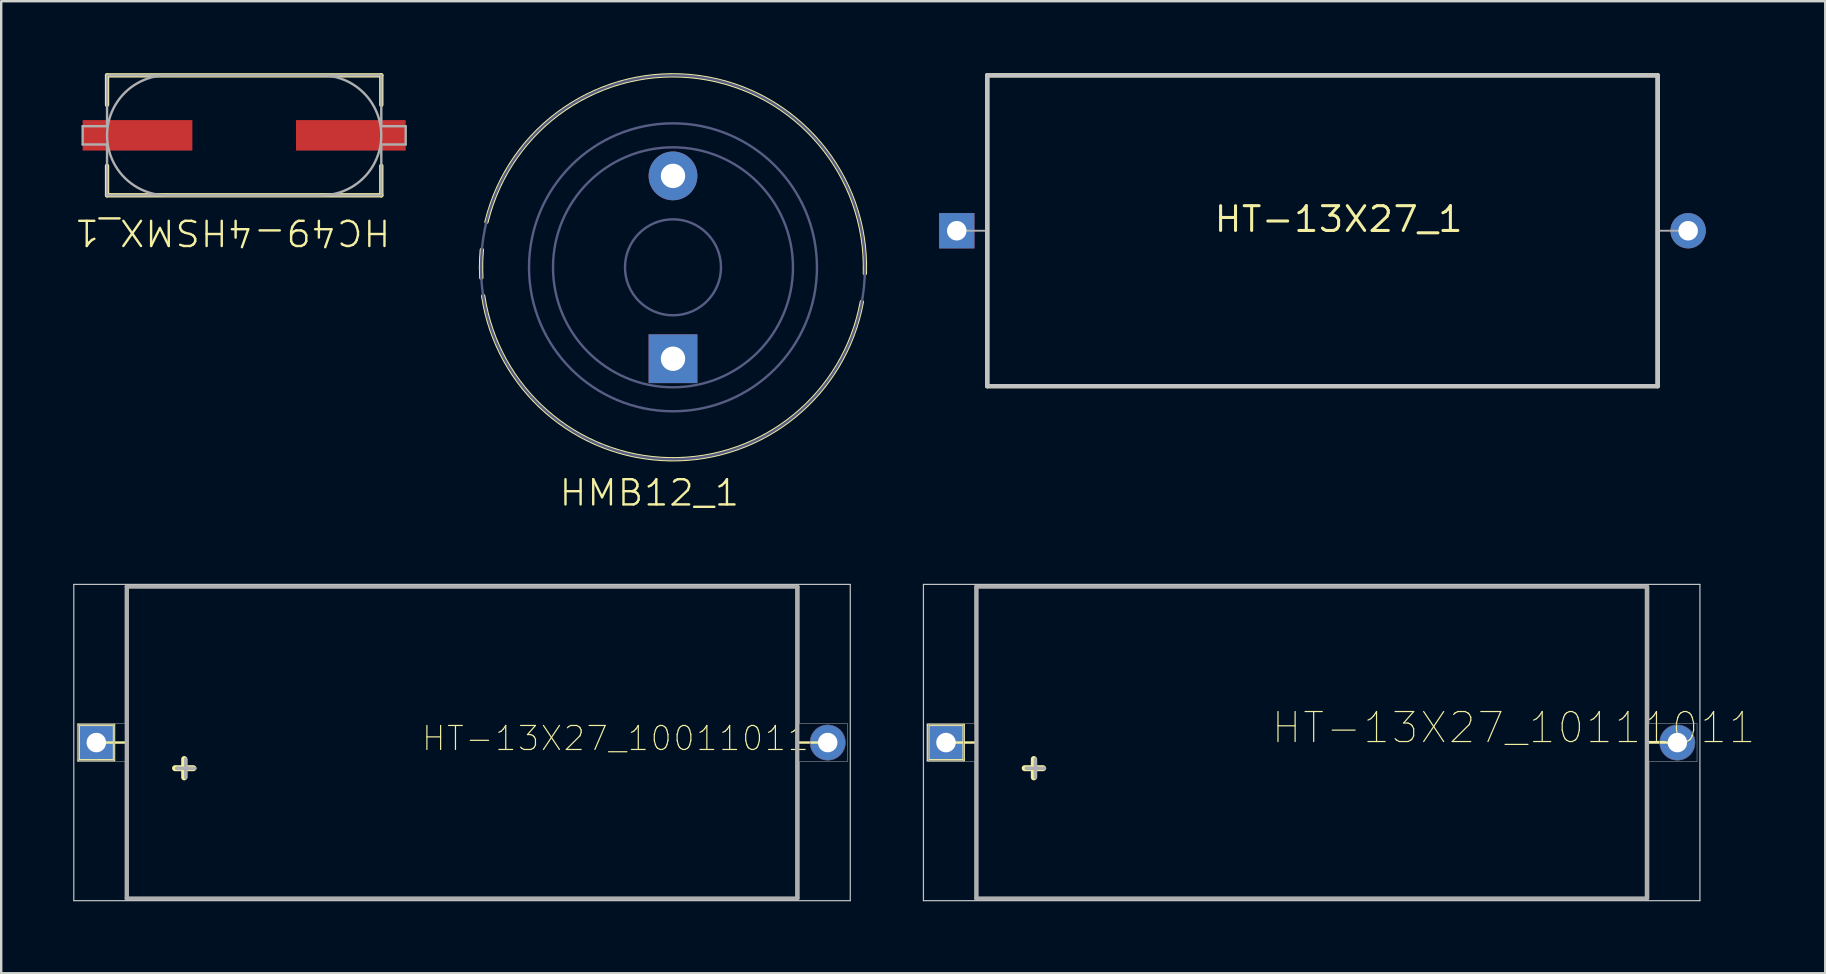
<source format=kicad_pcb>
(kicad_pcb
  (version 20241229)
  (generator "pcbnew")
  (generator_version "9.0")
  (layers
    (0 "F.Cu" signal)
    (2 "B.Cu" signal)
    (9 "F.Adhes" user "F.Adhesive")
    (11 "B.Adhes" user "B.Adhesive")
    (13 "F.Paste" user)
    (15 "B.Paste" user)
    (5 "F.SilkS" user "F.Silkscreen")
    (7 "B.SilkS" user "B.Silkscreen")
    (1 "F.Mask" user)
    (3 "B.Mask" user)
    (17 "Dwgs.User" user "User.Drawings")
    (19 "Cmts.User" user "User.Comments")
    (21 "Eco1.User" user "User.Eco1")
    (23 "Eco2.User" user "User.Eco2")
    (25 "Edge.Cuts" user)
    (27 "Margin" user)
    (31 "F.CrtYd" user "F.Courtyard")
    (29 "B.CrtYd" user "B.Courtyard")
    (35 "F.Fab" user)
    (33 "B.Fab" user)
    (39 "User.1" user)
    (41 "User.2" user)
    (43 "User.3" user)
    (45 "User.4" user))
  (footprint "HT-13X27_10011011"
    (placed yes)
    (layer "F.Cu")
    (at 0.965 27.896)
    (property "Reference" "HT-13X27_10011011" (at 13.505 0.412 0) (layer "F.SilkS") (effects (font (size 1 1) (thickness 0.05)) (justify left bottom)))
    (attr through_hole)
    (fp_line (start -0.737 -0.737) (end -0.737 0.737) (stroke (width 0.1) (type solid)) (layer "F.SilkS"))
    (fp_line (start -0.737 0.737) (end 0.737 0.737) (stroke (width 0.1) (type solid)) (layer "F.SilkS"))
    (fp_line (start 0.737 -0.737) (end -0.737 -0.737) (stroke (width 0.1) (type solid)) (layer "F.SilkS"))
    (fp_line (start 0.737 0.737) (end 0.737 -0.737) (stroke (width 0.1) (type solid)) (layer "F.SilkS"))
    (fp_line (start 1.27 -6.5) (end 1.27 6.5) (stroke (width 0.1) (type solid)) (layer "F.SilkS"))
    (fp_line (start 1.27 0) (end 0 0) (stroke (width 0.1) (type solid)) (layer "F.SilkS"))
    (fp_line (start 1.27 6.5) (end 29.21 6.5) (stroke (width 0.1) (type solid)) (layer "F.SilkS"))
    (fp_line (start 29.21 -6.5) (end 1.27 -6.5) (stroke (width 0.1) (type solid)) (layer "F.SilkS"))
    (fp_line (start 29.21 6.5) (end 29.21 -6.5) (stroke (width 0.1) (type solid)) (layer "F.SilkS"))
    (fp_line (start 30.48 0) (end 29.21 0) (stroke (width 0.1) (type solid)) (layer "F.SilkS"))
    (fp_line (start -0.94 -6.59) (end 31.42 -6.59) (stroke (width 0.05) (type solid)) (layer "Dwgs.User"))
    (fp_line (start -0.94 6.59) (end -0.94 -6.59) (stroke (width 0.05) (type solid)) (layer "Dwgs.User"))
    (fp_line (start 31.42 -6.59) (end 31.42 6.59) (stroke (width 0.05) (type solid)) (layer "Dwgs.User"))
    (fp_line (start 31.42 6.59) (end -0.94 6.59) (stroke (width 0.05) (type solid)) (layer "Dwgs.User"))
    (fp_arc (start 31.2166 0) (mid 29.7434 0) (end 31.2166 0) (stroke (width 0.02) (type solid)) (layer "B.Fab"))
    (fp_poly (pts (xy 0.737 -0.737) (xy 0.737 0.737) (xy -0.737 0.737) (xy -0.737 -0.737)) (stroke (width 0.02) (type solid)) (fill no) (layer "B.Fab"))
    (fp_line (start 1.27 -6.5) (end 1.27 6.5) (stroke (width 0.18) (type solid)) (layer "F.Fab"))
    (fp_line (start 1.27 6.5) (end 29.21 6.5) (stroke (width 0.18) (type solid)) (layer "F.Fab"))
    (fp_line (start 29.21 -6.5) (end 1.27 -6.5) (stroke (width 0.18) (type solid)) (layer "F.Fab"))
    (fp_line (start 29.21 6.5) (end 29.21 -6.5) (stroke (width 0.18) (type solid)) (layer "F.Fab"))
    (fp_poly (pts (xy -0.8 0.8) (xy -0.8 -0.8) (xy 1.2 -0.8) (xy 1.2 -6.5) (xy 29.3 -6.5) (xy 29.3 -0.8) (xy 31.3 -0.8) (xy 31.3 0.8) (xy 29.3 0.8) (xy 29.3 6.5) (xy 1.2 6.5) (xy 1.2 0.8)) (stroke (width 0.02) (type solid)) (fill no) (layer "F.Fab"))
    (fp_text user "+" (at 4.445 1 0) (layer "F.SilkS") (effects (font (size 1 1) (thickness 0.254)) (justify right)))
    (fp_text user "+" (at 4.445 1 0) (layer "F.Fab") (effects (font (size 1 1) (thickness 0.15)) (justify right)))
    (pad "+" thru_hole rect (at 0 0) (size 1.473 1.473) (drill 0.813) (layers "*.Cu" "*.Mask"))
    (pad "-" thru_hole circle (at 30.48 0) (size 1.473 1.473) (drill 0.813) (layers "*.Cu" "*.Mask")))
  (footprint "HMB12_1"
    (layer "F.Cu")
    (at 24.997 8.09)
    (property "Reference" "HMB12_1" (at -0.985 9.401 0) (unlocked yes) (layer "F.SilkS") (effects (font (size 1.05 1.104) (thickness 0.1))))
    (attr smd)
    (fp_arc (start -8 0) (mid -7.991765 -0.362904) (end -7.967075 -0.725061) (stroke (width 0.18) (type solid)) (layer "F.SilkS"))
    (fp_arc (start -7.988293 0.432631) (mid -7.997072 0.216395) (end -8 0) (stroke (width 0.18) (type solid)) (layer "F.SilkS"))
    (fp_arc (start -7.772393 -1.894705) (mid 1.078807 -7.926927) (end 7.996052 0.251286) (stroke (width 0.18) (type solid)) (layer "F.SilkS"))
    (fp_arc (start 7.868562 1.444153) (mid -0.125668 7.999013) (end -7.910061 1.196283) (stroke (width 0.18) (type solid)) (layer "F.SilkS"))
    (fp_arc (start -8 0) (mid 8 0) (end -8 0) (stroke (width 0.1) (type solid)) (layer "B.Fab"))
    (fp_arc (start -6 0) (mid 6 0) (end -6 0) (stroke (width 0.1) (type solid)) (layer "B.Fab"))
    (fp_arc (start -5 0) (mid 5 0) (end -5 0) (stroke (width 0.1) (type solid)) (layer "B.Fab"))
    (fp_arc (start -2 0) (mid 2 0) (end -2 0) (stroke (width 0.1) (type solid)) (layer "B.Fab"))
    (pad "+" thru_hole rect (at 0 3.81 180) (size 2.032 2.032) (drill 1.016) (layers "*.Cu" "*.Mask"))
    (pad "-" thru_hole circle (at 0 -3.81 180) (size 2.032 2.032) (drill 1.016) (layers "*.Cu" "*.Mask")))
  (footprint "HC49-4HSMX_1"
    (layer "F.Cu")
    (at 7.126 2.59)
    (property "Reference" "HC49-4HSMX_1" (at -0.488 4.042 180) (unlocked yes) (layer "F.SilkS") (effects (font (size 1.05 1.104) (thickness 0.1))))
    (attr smd)
    (fp_line (start -5.715 -2.5) (end 5.715 -2.5) (stroke (width 0.18) (type solid)) (layer "F.SilkS"))
    (fp_line (start -5.715 -1.27) (end -5.715 -2.5) (stroke (width 0.18) (type solid)) (layer "F.SilkS"))
    (fp_line (start -5.715 2.5) (end -5.715 1.27) (stroke (width 0.18) (type solid)) (layer "F.SilkS"))
    (fp_line (start -5.715 2.5) (end 5.715 2.5) (stroke (width 0.18) (type solid)) (layer "F.SilkS"))
    (fp_line (start 5.715 -1.27) (end 5.715 -2.5) (stroke (width 0.18) (type solid)) (layer "F.SilkS"))
    (fp_line (start 5.715 2.5) (end 5.715 1.27) (stroke (width 0.18) (type solid)) (layer "F.SilkS"))
    (fp_line (start -6.731 -0.381) (end -5.715 -0.381) (stroke (width 0.1) (type solid)) (layer "F.Fab"))
    (fp_line (start -6.731 0.381) (end -6.731 -0.381) (stroke (width 0.1) (type solid)) (layer "F.Fab"))
    (fp_line (start -6.731 0.381) (end -5.715 0.381) (stroke (width 0.1) (type solid)) (layer "F.Fab"))
    (fp_line (start -5.715 -2.5) (end 5.715 -2.5) (stroke (width 0.1) (type solid)) (layer "F.Fab"))
    (fp_line (start -5.715 -0.381) (end -5.715 -2.5) (stroke (width 0.1) (type solid)) (layer "F.Fab"))
    (fp_line (start -5.715 2.5) (end -5.715 0.381) (stroke (width 0.1) (type solid)) (layer "F.Fab"))
    (fp_line (start -5.715 2.5) (end 5.715 2.5) (stroke (width 0.1) (type solid)) (layer "F.Fab"))
    (fp_line (start -3.175 -2.5) (end 3.175 -2.5) (stroke (width 0.1) (type solid)) (layer "F.Fab"))
    (fp_line (start -3.175 2.5) (end 3.175 2.5) (stroke (width 0.1) (type solid)) (layer "F.Fab"))
    (fp_line (start 5.715 -0.381) (end 5.715 -2.5) (stroke (width 0.1) (type solid)) (layer "F.Fab"))
    (fp_line (start 5.715 -0.381) (end 6.731 -0.381) (stroke (width 0.1) (type solid)) (layer "F.Fab"))
    (fp_line (start 5.715 0.381) (end 6.731 0.381) (stroke (width 0.1) (type solid)) (layer "F.Fab"))
    (fp_line (start 5.715 2.5) (end 5.715 0.381) (stroke (width 0.1) (type solid)) (layer "F.Fab"))
    (fp_line (start 6.731 0.381) (end 6.731 -0.381) (stroke (width 0.1) (type solid)) (layer "F.Fab"))
    (fp_arc (start -3.175506 2.500012) (mid -5.7151 0) (end -3.175507 -2.500012) (stroke (width 0.1) (type solid)) (layer "F.Fab"))
    (fp_arc (start 3.175516 -2.500012) (mid 5.71511 0) (end 3.175517 2.500012) (stroke (width 0.1) (type solid)) (layer "F.Fab"))
    (pad "1" smd rect (at -4.445 0) (size 4.572 1.27) (layers "F.Cu" "F.Mask" "F.Paste"))
    (pad "2" smd rect (at 4.445 0) (size 4.572 1.27) (layers "F.Cu" "F.Mask" "F.Paste")))
  (footprint "HT-13X27_1"
    (layer "F.Cu")
    (at 36.823 6.566)
    (property "Reference" "HT-13X27_1" (at 15.913 -0.483 0) (unlocked yes) (layer "F.SilkS") (effects (font (size 1.033 1.087) (thickness 0.127))))
    (attr smd)
    (fp_line (start 1.27 -6.477) (end 29.21 -6.477) (stroke (width 0.178) (type solid)) (layer "F.SilkS"))
    (fp_line (start 1.27 6.477) (end 1.27 -6.477) (stroke (width 0.178) (type solid)) (layer "F.SilkS"))
    (fp_line (start 1.27 6.477) (end 29.21 6.477) (stroke (width 0.178) (type solid)) (layer "F.SilkS"))
    (fp_line (start 29.21 6.477) (end 29.21 -6.477) (stroke (width 0.178) (type solid)) (layer "F.SilkS"))
    (fp_line (start 1.27 -6.477) (end 29.21 -6.477) (stroke (width 0.178) (type solid)) (layer "Dwgs.User"))
    (fp_line (start 1.27 6.477) (end 1.27 -6.477) (stroke (width 0.178) (type solid)) (layer "Dwgs.User"))
    (fp_line (start 1.27 6.477) (end 29.21 6.477) (stroke (width 0.178) (type solid)) (layer "Dwgs.User"))
    (fp_line (start 29.21 6.477) (end 29.21 -6.477) (stroke (width 0.178) (type solid)) (layer "Dwgs.User"))
    (fp_line (start 0 0) (end 1.27 0) (stroke (width 0.076) (type solid)) (layer "F.Fab"))
    (fp_line (start 1.27 -6.477) (end 29.21 -6.477) (stroke (width 0.076) (type solid)) (layer "F.Fab"))
    (fp_line (start 1.27 6.477) (end 1.27 -6.477) (stroke (width 0.076) (type solid)) (layer "F.Fab"))
    (fp_line (start 1.27 6.477) (end 29.21 6.477) (stroke (width 0.076) (type solid)) (layer "F.Fab"))
    (fp_line (start 29.21 0) (end 30.48 0) (stroke (width 0.076) (type solid)) (layer "F.Fab"))
    (fp_line (start 29.21 6.477) (end 29.21 -6.477) (stroke (width 0.076) (type solid)) (layer "F.Fab"))
    (pad "+" thru_hole rect (at 0 0) (size 1.473 1.473) (drill 0.813) (layers "*.Cu" "*.Mask"))
    (pad "-" thru_hole circle (at 30.48 0) (size 1.473 1.473) (drill 0.813) (layers "*.Cu" "*.Mask")))
  (footprint "HT-13X27_10111011"
    (placed yes)
    (layer "F.Cu")
    (at 36.374 27.896)
    (property "Reference" "HT-13X27_10111011" (at 13.505 0.113 0) (layer "F.SilkS") (effects (font (size 1.25 1.25) (thickness 0.05)) (justify left bottom)))
    (attr through_hole)
    (fp_line (start -0.737 -0.737) (end -0.737 0.737) (stroke (width 0.1) (type solid)) (layer "F.SilkS"))
    (fp_line (start -0.737 0.737) (end 0.737 0.737) (stroke (width 0.1) (type solid)) (layer "F.SilkS"))
    (fp_line (start 0.737 -0.737) (end -0.737 -0.737) (stroke (width 0.1) (type solid)) (layer "F.SilkS"))
    (fp_line (start 0.737 0.737) (end 0.737 -0.737) (stroke (width 0.1) (type solid)) (layer "F.SilkS"))
    (fp_line (start 1.27 -6.5) (end 1.27 6.5) (stroke (width 0.1) (type solid)) (layer "F.SilkS"))
    (fp_line (start 1.27 0) (end 0 0) (stroke (width 0.1) (type solid)) (layer "F.SilkS"))
    (fp_line (start 1.27 6.5) (end 29.21 6.5) (stroke (width 0.1) (type solid)) (layer "F.SilkS"))
    (fp_line (start 29.21 -6.5) (end 1.27 -6.5) (stroke (width 0.1) (type solid)) (layer "F.SilkS"))
    (fp_line (start 29.21 6.5) (end 29.21 -6.5) (stroke (width 0.1) (type solid)) (layer "F.SilkS"))
    (fp_line (start 30.48 0) (end 29.21 0) (stroke (width 0.1) (type solid)) (layer "F.SilkS"))
    (fp_line (start -0.94 -6.59) (end 31.42 -6.59) (stroke (width 0.05) (type solid)) (layer "Dwgs.User"))
    (fp_line (start -0.94 6.59) (end -0.94 -6.59) (stroke (width 0.05) (type solid)) (layer "Dwgs.User"))
    (fp_line (start 31.42 -6.59) (end 31.42 6.59) (stroke (width 0.05) (type solid)) (layer "Dwgs.User"))
    (fp_line (start 31.42 6.59) (end -0.94 6.59) (stroke (width 0.05) (type solid)) (layer "Dwgs.User"))
    (fp_arc (start 31.2166 0) (mid 29.7434 0) (end 31.2166 0) (stroke (width 0.02) (type solid)) (layer "B.Fab"))
    (fp_poly (pts (xy 0.737 -0.737) (xy 0.737 0.737) (xy -0.737 0.737) (xy -0.737 -0.737)) (stroke (width 0.02) (type solid)) (fill no) (layer "B.Fab"))
    (fp_line (start 1.27 -6.5) (end 1.27 6.5) (stroke (width 0.18) (type solid)) (layer "F.Fab"))
    (fp_line (start 1.27 6.5) (end 29.21 6.5) (stroke (width 0.18) (type solid)) (layer "F.Fab"))
    (fp_line (start 29.21 -6.5) (end 1.27 -6.5) (stroke (width 0.18) (type solid)) (layer "F.Fab"))
    (fp_line (start 29.21 6.5) (end 29.21 -6.5) (stroke (width 0.18) (type solid)) (layer "F.Fab"))
    (fp_poly (pts (xy -0.8 0.8) (xy -0.8 -0.8) (xy 1.2 -0.8) (xy 1.2 -6.5) (xy 29.3 -6.5) (xy 29.3 -0.8) (xy 31.3 -0.8) (xy 31.3 0.8) (xy 29.3 0.8) (xy 29.3 6.5) (xy 1.2 6.5) (xy 1.2 0.8)) (stroke (width 0.02) (type solid)) (fill no) (layer "F.Fab"))
    (fp_text user "+" (at 4.445 1 0) (layer "F.SilkS") (effects (font (size 1 1) (thickness 0.254)) (justify right)))
    (fp_text user "+" (at 4.445 1 0) (layer "F.Fab") (effects (font (size 1 1) (thickness 0.15)) (justify right)))
    (pad "+" thru_hole rect (at 0 0) (size 1.473 1.473) (drill 0.813) (layers "*.Cu" "*.Mask"))
    (pad "-" thru_hole circle (at 30.48 0) (size 1.473 1.473) (drill 0.813) (layers "*.Cu" "*.Mask")))
  (gr_rect
    (start -3 -3)
    (end 73.017 37.511)
    (stroke (width 0.1) (type default))
    (fill no)
    (layer "Edge.Cuts")))
</source>
